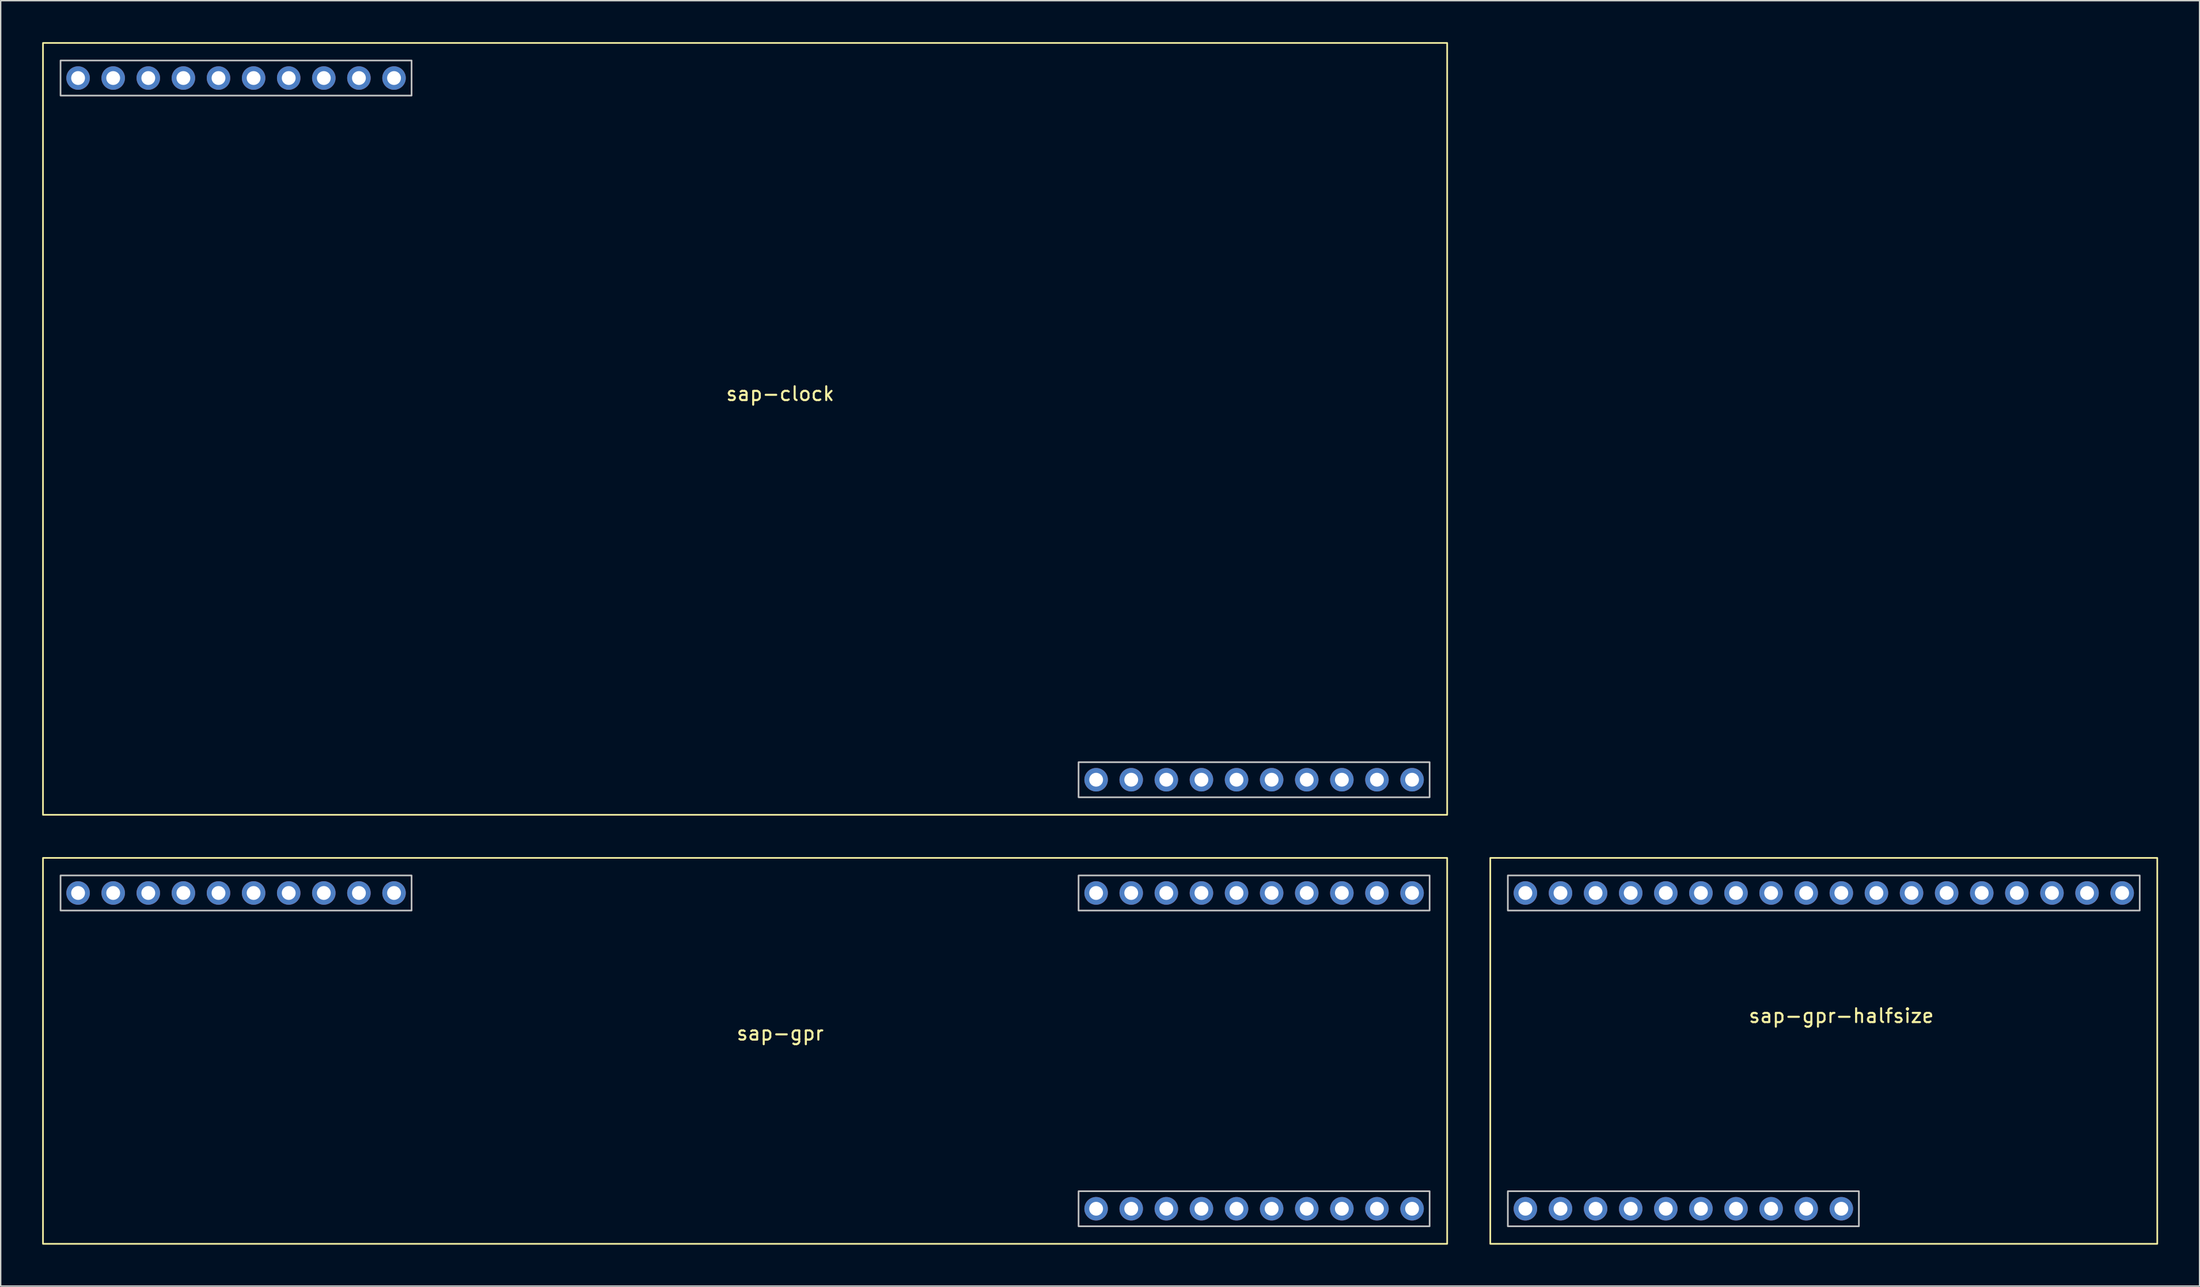
<source format=kicad_pcb>
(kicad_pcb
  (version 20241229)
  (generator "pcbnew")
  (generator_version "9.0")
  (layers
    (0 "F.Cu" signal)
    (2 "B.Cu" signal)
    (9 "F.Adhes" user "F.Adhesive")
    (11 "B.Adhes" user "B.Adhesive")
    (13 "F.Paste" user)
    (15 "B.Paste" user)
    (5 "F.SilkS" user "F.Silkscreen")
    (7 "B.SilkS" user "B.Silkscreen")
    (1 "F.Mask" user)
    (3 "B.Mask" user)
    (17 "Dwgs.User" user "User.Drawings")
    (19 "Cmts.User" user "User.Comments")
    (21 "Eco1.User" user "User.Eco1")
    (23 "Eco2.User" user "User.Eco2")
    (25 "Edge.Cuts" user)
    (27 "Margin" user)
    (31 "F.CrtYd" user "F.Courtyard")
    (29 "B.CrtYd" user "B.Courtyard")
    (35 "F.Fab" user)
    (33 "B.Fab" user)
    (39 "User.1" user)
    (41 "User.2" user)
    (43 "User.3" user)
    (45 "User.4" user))
  (footprint "sap-gpr"
    (layer "F.Cu")
    (at 53.4 74.3)
    (property "Reference" "sap-gpr" (at 0 -2.54 0) (unlocked yes) (layer "F.SilkS") (effects (font (size 1 1) (thickness 0.15))))
    (attr through_hole)
    (fp_rect (start -53.34 -15.24) (end 48.26 12.7) (stroke (width 0.12) (type solid)) (fill no) (layer "F.SilkS"))
    (fp_rect (start -52.07 -13.97) (end -26.67 -11.43) (stroke (width 0.12) (type solid)) (fill no) (layer "Dwgs.User"))
    (fp_rect (start 21.59 -13.97) (end 46.99 -11.43) (stroke (width 0.12) (type solid)) (fill no) (layer "Dwgs.User"))
    (fp_rect (start 21.59 11.43) (end 46.99 8.89) (stroke (width 0.12) (type solid)) (fill no) (layer "Dwgs.User"))
    (pad "" thru_hole circle (at 35.56 10.16) (size 1.7 1.7) (drill 1) (layers "*.Cu" "*.Mask"))
    (pad "" thru_hole circle (at 38.1 10.16) (size 1.7 1.7) (drill 1) (layers "*.Cu" "*.Mask"))
    (pad "" thru_hole circle (at 40.64 10.16) (size 1.7 1.7) (drill 1) (layers "*.Cu" "*.Mask"))
    (pad "" thru_hole circle (at 43.18 10.16) (size 1.7 1.7) (drill 1) (layers "*.Cu" "*.Mask"))
    (pad "1" thru_hole circle (at 43.18 -12.7) (size 1.7 1.7) (drill 1) (layers "*.Cu" "*.Mask"))
    (pad "2" thru_hole circle (at 40.64 -12.7) (size 1.7 1.7) (drill 1) (layers "*.Cu" "*.Mask"))
    (pad "3" thru_hole circle (at 38.1 -12.7) (size 1.7 1.7) (drill 1) (layers "*.Cu" "*.Mask"))
    (pad "4" thru_hole circle (at 35.56 -12.7) (size 1.7 1.7) (drill 1) (layers "*.Cu" "*.Mask"))
    (pad "5" thru_hole circle (at 33.02 -12.7) (size 1.7 1.7) (drill 1) (layers "*.Cu" "*.Mask"))
    (pad "6" thru_hole circle (at 30.48 -12.7) (size 1.7 1.7) (drill 1) (layers "*.Cu" "*.Mask"))
    (pad "7" thru_hole circle (at 27.94 -12.7) (size 1.7 1.7) (drill 1) (layers "*.Cu" "*.Mask"))
    (pad "8" thru_hole circle (at 25.4 -12.7) (size 1.7 1.7) (drill 1) (layers "*.Cu" "*.Mask"))
    (pad "9" thru_hole circle (at -30.48 -12.7) (size 1.7 1.7) (drill 1) (layers "*.Cu" "*.Mask"))
    (pad "10" thru_hole circle (at -33.02 -12.7) (size 1.7 1.7) (drill 1) (layers "*.Cu" "*.Mask"))
    (pad "11" thru_hole circle (at -35.56 -12.7) (size 1.7 1.7) (drill 1) (layers "*.Cu" "*.Mask"))
    (pad "12" thru_hole circle (at -38.1 -12.7) (size 1.7 1.7) (drill 1) (layers "*.Cu" "*.Mask"))
    (pad "13" thru_hole circle (at -40.64 -12.7) (size 1.7 1.7) (drill 1) (layers "*.Cu" "*.Mask"))
    (pad "14" thru_hole circle (at -43.18 -12.7) (size 1.7 1.7) (drill 1) (layers "*.Cu" "*.Mask"))
    (pad "15" thru_hole circle (at -45.72 -12.7) (size 1.7 1.7) (drill 1) (layers "*.Cu" "*.Mask"))
    (pad "16" thru_hole circle (at -48.26 -12.7) (size 1.7 1.7) (drill 1) (layers "*.Cu" "*.Mask"))
    (pad "17" thru_hole circle (at -27.94 -12.7) (size 1.7 1.7) (drill 1) (layers "*.Cu" "*.Mask"))
    (pad "17" thru_hole circle (at 22.86 10.16) (size 1.7 1.7) (drill 1) (layers "*.Cu" "*.Mask"))
    (pad "17" thru_hole circle (at 45.72 -12.7) (size 1.7 1.7) (drill 1) (layers "*.Cu" "*.Mask"))
    (pad "18" thru_hole circle (at 25.4 10.16) (size 1.7 1.7) (drill 1) (layers "*.Cu" "*.Mask"))
    (pad "19" thru_hole circle (at 27.94 10.16) (size 1.7 1.7) (drill 1) (layers "*.Cu" "*.Mask"))
    (pad "20" thru_hole circle (at 30.48 10.16) (size 1.7 1.7) (drill 1) (layers "*.Cu" "*.Mask"))
    (pad "21" thru_hole circle (at 33.02 10.16) (size 1.7 1.7) (drill 1) (layers "*.Cu" "*.Mask"))
    (pad "22" thru_hole circle (at -50.8 -12.7) (size 1.7 1.7) (drill 1) (layers "*.Cu" "*.Mask"))
    (pad "22" thru_hole circle (at 22.86 -12.7) (size 1.7 1.7) (drill 1) (layers "*.Cu" "*.Mask"))
    (pad "22" thru_hole circle (at 45.72 10.16) (size 1.7 1.7) (drill 1) (layers "*.Cu" "*.Mask")))
  (footprint "sap-clock"
    (layer "F.Cu")
    (at 53.4 15.3)
    (property "Reference" "sap-clock" (at 0 10.16 0) (unlocked yes) (layer "F.SilkS") (effects (font (size 1 1) (thickness 0.15))))
    (attr through_hole)
    (fp_rect (start -53.34 -15.24) (end 48.26 40.64) (stroke (width 0.12) (type solid)) (fill no) (layer "F.SilkS"))
    (fp_rect (start -52.07 -13.97) (end -26.67 -11.43) (stroke (width 0.12) (type solid)) (fill no) (layer "Dwgs.User"))
    (fp_rect (start 21.59 39.37) (end 46.99 36.83) (stroke (width 0.12) (type solid)) (fill no) (layer "Dwgs.User"))
    (pad "" thru_hole circle (at -48.26 -12.7) (size 1.7 1.7) (drill 1) (layers "*.Cu" "*.Mask"))
    (pad "" thru_hole circle (at -45.72 -12.7) (size 1.7 1.7) (drill 1) (layers "*.Cu" "*.Mask"))
    (pad "" thru_hole circle (at -43.18 -12.7) (size 1.7 1.7) (drill 1) (layers "*.Cu" "*.Mask"))
    (pad "" thru_hole circle (at -40.64 -12.7) (size 1.7 1.7) (drill 1) (layers "*.Cu" "*.Mask"))
    (pad "" thru_hole circle (at -38.1 -12.7) (size 1.7 1.7) (drill 1) (layers "*.Cu" "*.Mask"))
    (pad "" thru_hole circle (at -35.56 -12.7) (size 1.7 1.7) (drill 1) (layers "*.Cu" "*.Mask"))
    (pad "" thru_hole circle (at -33.02 -12.7) (size 1.7 1.7) (drill 1) (layers "*.Cu" "*.Mask"))
    (pad "" thru_hole circle (at -30.48 -12.7) (size 1.7 1.7) (drill 1) (layers "*.Cu" "*.Mask"))
    (pad "" thru_hole circle (at 33.02 38.1) (size 1.7 1.7) (drill 1) (layers "*.Cu" "*.Mask"))
    (pad "" thru_hole circle (at 35.56 38.1) (size 1.7 1.7) (drill 1) (layers "*.Cu" "*.Mask"))
    (pad "" thru_hole circle (at 38.1 38.1) (size 1.7 1.7) (drill 1) (layers "*.Cu" "*.Mask"))
    (pad "" thru_hole circle (at 40.64 38.1) (size 1.7 1.7) (drill 1) (layers "*.Cu" "*.Mask"))
    (pad "" thru_hole circle (at 43.18 38.1) (size 1.7 1.7) (drill 1) (layers "*.Cu" "*.Mask"))
    (pad "1" thru_hole circle (at -27.94 -12.7) (size 1.7 1.7) (drill 1) (layers "*.Cu" "*.Mask"))
    (pad "1" thru_hole circle (at 22.86 38.1) (size 1.7 1.7) (drill 1) (layers "*.Cu" "*.Mask"))
    (pad "2" thru_hole circle (at 25.4 38.1) (size 1.7 1.7) (drill 1) (layers "*.Cu" "*.Mask"))
    (pad "3" thru_hole circle (at 27.94 38.1) (size 1.7 1.7) (drill 1) (layers "*.Cu" "*.Mask"))
    (pad "4" thru_hole circle (at 30.48 38.1) (size 1.7 1.7) (drill 1) (layers "*.Cu" "*.Mask"))
    (pad "5" thru_hole circle (at -50.8 -12.7) (size 1.7 1.7) (drill 1) (layers "*.Cu" "*.Mask"))
    (pad "5" thru_hole circle (at 45.72 38.1) (size 1.7 1.7) (drill 1) (layers "*.Cu" "*.Mask")))
  (footprint "sap-gpr-halfsize"
    (layer "F.Cu")
    (at 128.91 73.03)
    (property "Reference" "sap-gpr-halfsize" (at 1.27 -2.54 0) (unlocked yes) (layer "F.SilkS") (effects (font (size 1 1) (thickness 0.15))))
    (attr through_hole)
    (fp_rect (start -24.13 -13.97) (end 24.13 13.97) (stroke (width 0.12) (type solid)) (fill no) (layer "F.SilkS"))
    (fp_rect (start -22.86 -12.7) (end 22.86 -10.16) (stroke (width 0.12) (type solid)) (fill no) (layer "Dwgs.User"))
    (fp_rect (start -22.86 12.7) (end 2.54 10.16) (stroke (width 0.12) (type solid)) (fill no) (layer "Dwgs.User"))
    (pad "" thru_hole circle (at -8.89 11.43) (size 1.7 1.7) (drill 1) (layers "*.Cu" "*.Mask"))
    (pad "" thru_hole circle (at -6.35 11.43) (size 1.7 1.7) (drill 1) (layers "*.Cu" "*.Mask"))
    (pad "" thru_hole circle (at -3.81 11.43) (size 1.7 1.7) (drill 1) (layers "*.Cu" "*.Mask"))
    (pad "" thru_hole circle (at -1.27 11.43) (size 1.7 1.7) (drill 1) (layers "*.Cu" "*.Mask"))
    (pad "1" thru_hole circle (at 19.05 -11.43) (size 1.7 1.7) (drill 1) (layers "*.Cu" "*.Mask"))
    (pad "2" thru_hole circle (at 16.51 -11.43) (size 1.7 1.7) (drill 1) (layers "*.Cu" "*.Mask"))
    (pad "3" thru_hole circle (at 13.97 -11.43) (size 1.7 1.7) (drill 1) (layers "*.Cu" "*.Mask"))
    (pad "4" thru_hole circle (at 11.43 -11.43) (size 1.7 1.7) (drill 1) (layers "*.Cu" "*.Mask"))
    (pad "5" thru_hole circle (at 8.89 -11.43) (size 1.7 1.7) (drill 1) (layers "*.Cu" "*.Mask"))
    (pad "6" thru_hole circle (at 6.35 -11.43) (size 1.7 1.7) (drill 1) (layers "*.Cu" "*.Mask"))
    (pad "7" thru_hole circle (at 3.81 -11.43) (size 1.7 1.7) (drill 1) (layers "*.Cu" "*.Mask"))
    (pad "8" thru_hole circle (at 1.27 -11.43) (size 1.7 1.7) (drill 1) (layers "*.Cu" "*.Mask"))
    (pad "9" thru_hole circle (at -1.27 -11.43) (size 1.7 1.7) (drill 1) (layers "*.Cu" "*.Mask"))
    (pad "10" thru_hole circle (at -3.81 -11.43) (size 1.7 1.7) (drill 1) (layers "*.Cu" "*.Mask"))
    (pad "11" thru_hole circle (at -6.35 -11.43) (size 1.7 1.7) (drill 1) (layers "*.Cu" "*.Mask"))
    (pad "12" thru_hole circle (at -8.89 -11.43) (size 1.7 1.7) (drill 1) (layers "*.Cu" "*.Mask"))
    (pad "13" thru_hole circle (at -11.43 -11.43) (size 1.7 1.7) (drill 1) (layers "*.Cu" "*.Mask"))
    (pad "14" thru_hole circle (at -13.97 -11.43) (size 1.7 1.7) (drill 1) (layers "*.Cu" "*.Mask"))
    (pad "15" thru_hole circle (at -16.51 -11.43) (size 1.7 1.7) (drill 1) (layers "*.Cu" "*.Mask"))
    (pad "16" thru_hole circle (at -19.05 -11.43) (size 1.7 1.7) (drill 1) (layers "*.Cu" "*.Mask"))
    (pad "17" thru_hole circle (at -21.59 11.43) (size 1.7 1.7) (drill 1) (layers "*.Cu" "*.Mask"))
    (pad "17" thru_hole circle (at 21.59 -11.43) (size 1.7 1.7) (drill 1) (layers "*.Cu" "*.Mask"))
    (pad "18" thru_hole circle (at -19.05 11.43) (size 1.7 1.7) (drill 1) (layers "*.Cu" "*.Mask"))
    (pad "19" thru_hole circle (at -16.51 11.43) (size 1.7 1.7) (drill 1) (layers "*.Cu" "*.Mask"))
    (pad "20" thru_hole circle (at -13.97 11.43) (size 1.7 1.7) (drill 1) (layers "*.Cu" "*.Mask"))
    (pad "21" thru_hole circle (at -11.43 11.43) (size 1.7 1.7) (drill 1) (layers "*.Cu" "*.Mask"))
    (pad "22" thru_hole circle (at -21.59 -11.43) (size 1.7 1.7) (drill 1) (layers "*.Cu" "*.Mask"))
    (pad "22" thru_hole circle (at 1.27 11.43) (size 1.7 1.7) (drill 1) (layers "*.Cu" "*.Mask")))
  (gr_rect
    (start -3 -3)
    (end 156.1 90.06)
    (stroke (width 0.1) (type default))
    (fill no)
    (layer "Edge.Cuts")))
</source>
